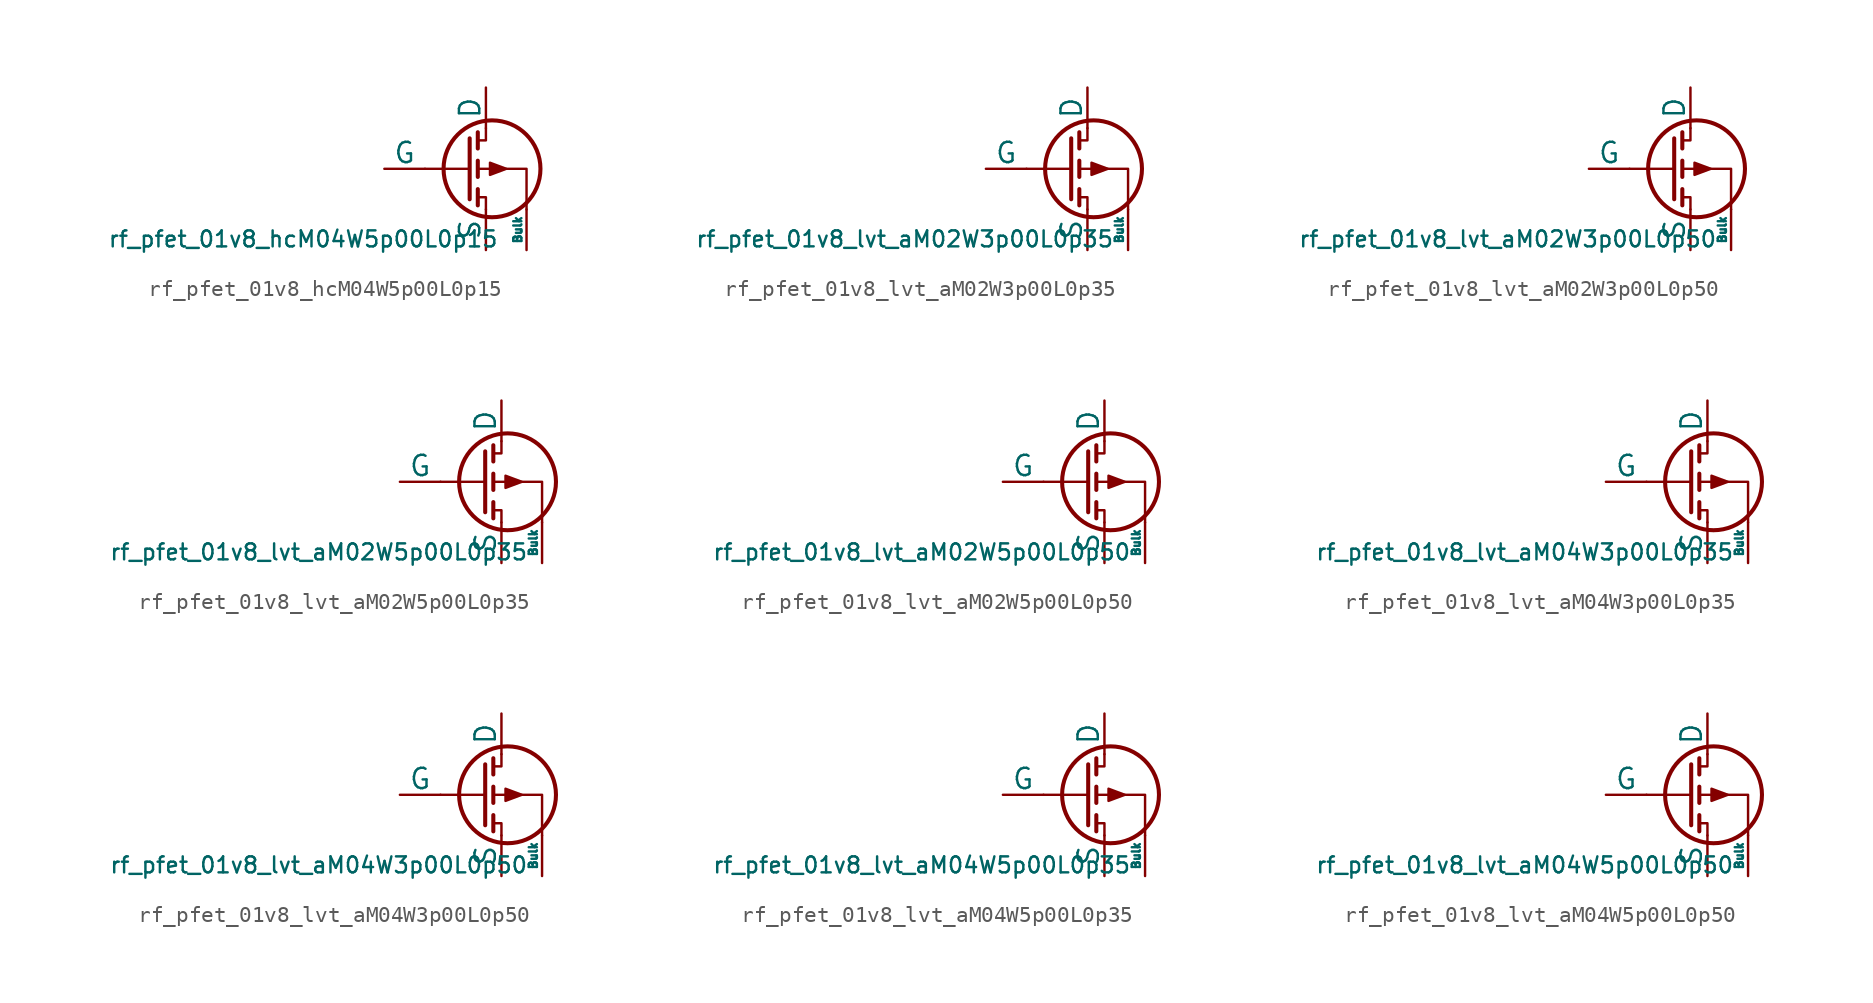
<source format=kicad_sym>
(kicad_symbol_lib
  (version 20211014)
  (generator pdk2kicad)
  (symbol "rf_pfet_01v8_hcM04W5p00L0p15"
    (pin_numbers hide)
    (pin_names
      (offset 0))
    (property "Reference" "Q"
      (at 0 0 0)
      (effects (font (size 1 1)) hide))
    (property "Value" "rf_pfet_01v8_hcM04W5p00L0p15"
      (at -8.89 -3.81 0)
      (effects (font (size 1 1)) (justify top)))
    (polyline
      (pts (xy 1.524 0) (xy -1.27 0))
      (stroke (width 0) (type default))
      (fill (type none)))
    (polyline
      (pts (xy 1.524 1.905) (xy 1.524 -1.905))
      (stroke (width 0.254) (type default))
      (fill (type none)))
    (polyline
      (pts (xy 2.032 -1.27) (xy 2.032 -2.286))
      (stroke (width 0.254) (type default))
      (fill (type none)))
    (polyline
      (pts (xy 2.032 0.508) (xy 2.032 -0.508))
      (stroke (width 0.254) (type default))
      (fill (type none)))
    (polyline
      (pts (xy 2.032 2.286) (xy 2.032 1.27))
      (stroke (width 0.254) (type default))
      (fill (type none)))
    (polyline
      (pts (xy 2.032 1.778) (xy 2.54 1.778) (xy 2.54 2.54))
      (stroke (width 0) (type default))
      (fill (type none)))
    (polyline
      (pts (xy 2.54 -2.54) (xy 2.54 -1.778) (xy 2.032 -1.778))
      (stroke (width 0) (type default))
      (fill (type none)))
    (polyline
      (pts (xy 5.08 -2.54) (xy 5.08 0) (xy 2.032 0))
      (stroke (width 0) (type default))
      (fill (type none)))
    (polyline
      (pts (xy 3.81 0) (xy 2.794 0.381) (xy 2.794 -0.381) (xy 3.81 0))
      (stroke (width 0) (type default))
      (fill (type outline)))
    (circle
      (center 2.921 0)
      (radius 3.029)
      (stroke (width 0.254) (type default))
      (fill (type none)))
    (pin passive line
      (at 2.54 5.08 270)
      (length 2.54)
      (name "D" (effects (font (size 1.27 1.27))))
      (number "2" (effects (font (size 1.27 1.27)))))
    (pin input line
      (at -3.81 0 0)
      (length 2.54)
      (name "G" (effects (font (size 1.27 1.27))))
      (number "3" (effects (font (size 1.27 1.27)))))
    (pin passive line
      (at 2.54 -5.08 90)
      (length 2.54)
      (name "S" (effects (font (size 1.27 1.27))))
      (number "4" (effects (font (size 1.27 1.27)))))
    (pin input line
      (at 5.08 -5.08 90)
      (length 2.54)
      (name "Bulk" (effects (font (size 0.508 0.508))))
      (number "1" (effects (font (size 1.27 1.27))))))
  (symbol "rf_pfet_01v8_lvt_aM02W3p00L0p35"
    (pin_numbers hide)
    (pin_names
      (offset 0))
    (property "Reference" "Q"
      (at 0 0 0)
      (effects (font (size 1 1)) hide))
    (property "Value" "rf_pfet_01v8_lvt_aM02W3p00L0p35"
      (at -8.89 -3.81 0)
      (effects (font (size 1 1)) (justify top)))
    (polyline
      (pts (xy 1.524 0) (xy -1.27 0))
      (stroke (width 0) (type default))
      (fill (type none)))
    (polyline
      (pts (xy 1.524 1.905) (xy 1.524 -1.905))
      (stroke (width 0.254) (type default))
      (fill (type none)))
    (polyline
      (pts (xy 2.032 -1.27) (xy 2.032 -2.286))
      (stroke (width 0.254) (type default))
      (fill (type none)))
    (polyline
      (pts (xy 2.032 0.508) (xy 2.032 -0.508))
      (stroke (width 0.254) (type default))
      (fill (type none)))
    (polyline
      (pts (xy 2.032 2.286) (xy 2.032 1.27))
      (stroke (width 0.254) (type default))
      (fill (type none)))
    (polyline
      (pts (xy 2.032 1.778) (xy 2.54 1.778) (xy 2.54 2.54))
      (stroke (width 0) (type default))
      (fill (type none)))
    (polyline
      (pts (xy 2.54 -2.54) (xy 2.54 -1.778) (xy 2.032 -1.778))
      (stroke (width 0) (type default))
      (fill (type none)))
    (polyline
      (pts (xy 5.08 -2.54) (xy 5.08 0) (xy 2.032 0))
      (stroke (width 0) (type default))
      (fill (type none)))
    (polyline
      (pts (xy 3.81 0) (xy 2.794 0.381) (xy 2.794 -0.381) (xy 3.81 0))
      (stroke (width 0) (type default))
      (fill (type outline)))
    (circle
      (center 2.921 0)
      (radius 3.029)
      (stroke (width 0.254) (type default))
      (fill (type none)))
    (pin passive line
      (at 2.54 5.08 270)
      (length 2.54)
      (name "D" (effects (font (size 1.27 1.27))))
      (number "2" (effects (font (size 1.27 1.27)))))
    (pin input line
      (at -3.81 0 0)
      (length 2.54)
      (name "G" (effects (font (size 1.27 1.27))))
      (number "3" (effects (font (size 1.27 1.27)))))
    (pin passive line
      (at 2.54 -5.08 90)
      (length 2.54)
      (name "S" (effects (font (size 1.27 1.27))))
      (number "4" (effects (font (size 1.27 1.27)))))
    (pin input line
      (at 5.08 -5.08 90)
      (length 2.54)
      (name "Bulk" (effects (font (size 0.508 0.508))))
      (number "1" (effects (font (size 1.27 1.27))))))
  (symbol "rf_pfet_01v8_lvt_aM02W3p00L0p50"
    (pin_numbers hide)
    (pin_names
      (offset 0))
    (property "Reference" "Q"
      (at 0 0 0)
      (effects (font (size 1 1)) hide))
    (property "Value" "rf_pfet_01v8_lvt_aM02W3p00L0p50"
      (at -8.89 -3.81 0)
      (effects (font (size 1 1)) (justify top)))
    (polyline
      (pts (xy 1.524 0) (xy -1.27 0))
      (stroke (width 0) (type default))
      (fill (type none)))
    (polyline
      (pts (xy 1.524 1.905) (xy 1.524 -1.905))
      (stroke (width 0.254) (type default))
      (fill (type none)))
    (polyline
      (pts (xy 2.032 -1.27) (xy 2.032 -2.286))
      (stroke (width 0.254) (type default))
      (fill (type none)))
    (polyline
      (pts (xy 2.032 0.508) (xy 2.032 -0.508))
      (stroke (width 0.254) (type default))
      (fill (type none)))
    (polyline
      (pts (xy 2.032 2.286) (xy 2.032 1.27))
      (stroke (width 0.254) (type default))
      (fill (type none)))
    (polyline
      (pts (xy 2.032 1.778) (xy 2.54 1.778) (xy 2.54 2.54))
      (stroke (width 0) (type default))
      (fill (type none)))
    (polyline
      (pts (xy 2.54 -2.54) (xy 2.54 -1.778) (xy 2.032 -1.778))
      (stroke (width 0) (type default))
      (fill (type none)))
    (polyline
      (pts (xy 5.08 -2.54) (xy 5.08 0) (xy 2.032 0))
      (stroke (width 0) (type default))
      (fill (type none)))
    (polyline
      (pts (xy 3.81 0) (xy 2.794 0.381) (xy 2.794 -0.381) (xy 3.81 0))
      (stroke (width 0) (type default))
      (fill (type outline)))
    (circle
      (center 2.921 0)
      (radius 3.029)
      (stroke (width 0.254) (type default))
      (fill (type none)))
    (pin passive line
      (at 2.54 5.08 270)
      (length 2.54)
      (name "D" (effects (font (size 1.27 1.27))))
      (number "2" (effects (font (size 1.27 1.27)))))
    (pin input line
      (at -3.81 0 0)
      (length 2.54)
      (name "G" (effects (font (size 1.27 1.27))))
      (number "3" (effects (font (size 1.27 1.27)))))
    (pin passive line
      (at 2.54 -5.08 90)
      (length 2.54)
      (name "S" (effects (font (size 1.27 1.27))))
      (number "4" (effects (font (size 1.27 1.27)))))
    (pin input line
      (at 5.08 -5.08 90)
      (length 2.54)
      (name "Bulk" (effects (font (size 0.508 0.508))))
      (number "1" (effects (font (size 1.27 1.27))))))
  (symbol "rf_pfet_01v8_lvt_aM02W5p00L0p35"
    (pin_numbers hide)
    (pin_names
      (offset 0))
    (property "Reference" "Q"
      (at 0 0 0)
      (effects (font (size 1 1)) hide))
    (property "Value" "rf_pfet_01v8_lvt_aM02W5p00L0p35"
      (at -8.89 -3.81 0)
      (effects (font (size 1 1)) (justify top)))
    (polyline
      (pts (xy 1.524 0) (xy -1.27 0))
      (stroke (width 0) (type default))
      (fill (type none)))
    (polyline
      (pts (xy 1.524 1.905) (xy 1.524 -1.905))
      (stroke (width 0.254) (type default))
      (fill (type none)))
    (polyline
      (pts (xy 2.032 -1.27) (xy 2.032 -2.286))
      (stroke (width 0.254) (type default))
      (fill (type none)))
    (polyline
      (pts (xy 2.032 0.508) (xy 2.032 -0.508))
      (stroke (width 0.254) (type default))
      (fill (type none)))
    (polyline
      (pts (xy 2.032 2.286) (xy 2.032 1.27))
      (stroke (width 0.254) (type default))
      (fill (type none)))
    (polyline
      (pts (xy 2.032 1.778) (xy 2.54 1.778) (xy 2.54 2.54))
      (stroke (width 0) (type default))
      (fill (type none)))
    (polyline
      (pts (xy 2.54 -2.54) (xy 2.54 -1.778) (xy 2.032 -1.778))
      (stroke (width 0) (type default))
      (fill (type none)))
    (polyline
      (pts (xy 5.08 -2.54) (xy 5.08 0) (xy 2.032 0))
      (stroke (width 0) (type default))
      (fill (type none)))
    (polyline
      (pts (xy 3.81 0) (xy 2.794 0.381) (xy 2.794 -0.381) (xy 3.81 0))
      (stroke (width 0) (type default))
      (fill (type outline)))
    (circle
      (center 2.921 0)
      (radius 3.029)
      (stroke (width 0.254) (type default))
      (fill (type none)))
    (pin passive line
      (at 2.54 5.08 270)
      (length 2.54)
      (name "D" (effects (font (size 1.27 1.27))))
      (number "2" (effects (font (size 1.27 1.27)))))
    (pin input line
      (at -3.81 0 0)
      (length 2.54)
      (name "G" (effects (font (size 1.27 1.27))))
      (number "3" (effects (font (size 1.27 1.27)))))
    (pin passive line
      (at 2.54 -5.08 90)
      (length 2.54)
      (name "S" (effects (font (size 1.27 1.27))))
      (number "4" (effects (font (size 1.27 1.27)))))
    (pin input line
      (at 5.08 -5.08 90)
      (length 2.54)
      (name "Bulk" (effects (font (size 0.508 0.508))))
      (number "1" (effects (font (size 1.27 1.27))))))
  (symbol "rf_pfet_01v8_lvt_aM02W5p00L0p50"
    (pin_numbers hide)
    (pin_names
      (offset 0))
    (property "Reference" "Q"
      (at 0 0 0)
      (effects (font (size 1 1)) hide))
    (property "Value" "rf_pfet_01v8_lvt_aM02W5p00L0p50"
      (at -8.89 -3.81 0)
      (effects (font (size 1 1)) (justify top)))
    (polyline
      (pts (xy 1.524 0) (xy -1.27 0))
      (stroke (width 0) (type default))
      (fill (type none)))
    (polyline
      (pts (xy 1.524 1.905) (xy 1.524 -1.905))
      (stroke (width 0.254) (type default))
      (fill (type none)))
    (polyline
      (pts (xy 2.032 -1.27) (xy 2.032 -2.286))
      (stroke (width 0.254) (type default))
      (fill (type none)))
    (polyline
      (pts (xy 2.032 0.508) (xy 2.032 -0.508))
      (stroke (width 0.254) (type default))
      (fill (type none)))
    (polyline
      (pts (xy 2.032 2.286) (xy 2.032 1.27))
      (stroke (width 0.254) (type default))
      (fill (type none)))
    (polyline
      (pts (xy 2.032 1.778) (xy 2.54 1.778) (xy 2.54 2.54))
      (stroke (width 0) (type default))
      (fill (type none)))
    (polyline
      (pts (xy 2.54 -2.54) (xy 2.54 -1.778) (xy 2.032 -1.778))
      (stroke (width 0) (type default))
      (fill (type none)))
    (polyline
      (pts (xy 5.08 -2.54) (xy 5.08 0) (xy 2.032 0))
      (stroke (width 0) (type default))
      (fill (type none)))
    (polyline
      (pts (xy 3.81 0) (xy 2.794 0.381) (xy 2.794 -0.381) (xy 3.81 0))
      (stroke (width 0) (type default))
      (fill (type outline)))
    (circle
      (center 2.921 0)
      (radius 3.029)
      (stroke (width 0.254) (type default))
      (fill (type none)))
    (pin passive line
      (at 2.54 5.08 270)
      (length 2.54)
      (name "D" (effects (font (size 1.27 1.27))))
      (number "2" (effects (font (size 1.27 1.27)))))
    (pin input line
      (at -3.81 0 0)
      (length 2.54)
      (name "G" (effects (font (size 1.27 1.27))))
      (number "3" (effects (font (size 1.27 1.27)))))
    (pin passive line
      (at 2.54 -5.08 90)
      (length 2.54)
      (name "S" (effects (font (size 1.27 1.27))))
      (number "4" (effects (font (size 1.27 1.27)))))
    (pin input line
      (at 5.08 -5.08 90)
      (length 2.54)
      (name "Bulk" (effects (font (size 0.508 0.508))))
      (number "1" (effects (font (size 1.27 1.27))))))
  (symbol "rf_pfet_01v8_lvt_aM04W3p00L0p35"
    (pin_numbers hide)
    (pin_names
      (offset 0))
    (property "Reference" "Q"
      (at 0 0 0)
      (effects (font (size 1 1)) hide))
    (property "Value" "rf_pfet_01v8_lvt_aM04W3p00L0p35"
      (at -8.89 -3.81 0)
      (effects (font (size 1 1)) (justify top)))
    (polyline
      (pts (xy 1.524 0) (xy -1.27 0))
      (stroke (width 0) (type default))
      (fill (type none)))
    (polyline
      (pts (xy 1.524 1.905) (xy 1.524 -1.905))
      (stroke (width 0.254) (type default))
      (fill (type none)))
    (polyline
      (pts (xy 2.032 -1.27) (xy 2.032 -2.286))
      (stroke (width 0.254) (type default))
      (fill (type none)))
    (polyline
      (pts (xy 2.032 0.508) (xy 2.032 -0.508))
      (stroke (width 0.254) (type default))
      (fill (type none)))
    (polyline
      (pts (xy 2.032 2.286) (xy 2.032 1.27))
      (stroke (width 0.254) (type default))
      (fill (type none)))
    (polyline
      (pts (xy 2.032 1.778) (xy 2.54 1.778) (xy 2.54 2.54))
      (stroke (width 0) (type default))
      (fill (type none)))
    (polyline
      (pts (xy 2.54 -2.54) (xy 2.54 -1.778) (xy 2.032 -1.778))
      (stroke (width 0) (type default))
      (fill (type none)))
    (polyline
      (pts (xy 5.08 -2.54) (xy 5.08 0) (xy 2.032 0))
      (stroke (width 0) (type default))
      (fill (type none)))
    (polyline
      (pts (xy 3.81 0) (xy 2.794 0.381) (xy 2.794 -0.381) (xy 3.81 0))
      (stroke (width 0) (type default))
      (fill (type outline)))
    (circle
      (center 2.921 0)
      (radius 3.029)
      (stroke (width 0.254) (type default))
      (fill (type none)))
    (pin passive line
      (at 2.54 5.08 270)
      (length 2.54)
      (name "D" (effects (font (size 1.27 1.27))))
      (number "2" (effects (font (size 1.27 1.27)))))
    (pin input line
      (at -3.81 0 0)
      (length 2.54)
      (name "G" (effects (font (size 1.27 1.27))))
      (number "3" (effects (font (size 1.27 1.27)))))
    (pin passive line
      (at 2.54 -5.08 90)
      (length 2.54)
      (name "S" (effects (font (size 1.27 1.27))))
      (number "4" (effects (font (size 1.27 1.27)))))
    (pin input line
      (at 5.08 -5.08 90)
      (length 2.54)
      (name "Bulk" (effects (font (size 0.508 0.508))))
      (number "1" (effects (font (size 1.27 1.27))))))
  (symbol "rf_pfet_01v8_lvt_aM04W3p00L0p50"
    (pin_numbers hide)
    (pin_names
      (offset 0))
    (property "Reference" "Q"
      (at 0 0 0)
      (effects (font (size 1 1)) hide))
    (property "Value" "rf_pfet_01v8_lvt_aM04W3p00L0p50"
      (at -8.89 -3.81 0)
      (effects (font (size 1 1)) (justify top)))
    (polyline
      (pts (xy 1.524 0) (xy -1.27 0))
      (stroke (width 0) (type default))
      (fill (type none)))
    (polyline
      (pts (xy 1.524 1.905) (xy 1.524 -1.905))
      (stroke (width 0.254) (type default))
      (fill (type none)))
    (polyline
      (pts (xy 2.032 -1.27) (xy 2.032 -2.286))
      (stroke (width 0.254) (type default))
      (fill (type none)))
    (polyline
      (pts (xy 2.032 0.508) (xy 2.032 -0.508))
      (stroke (width 0.254) (type default))
      (fill (type none)))
    (polyline
      (pts (xy 2.032 2.286) (xy 2.032 1.27))
      (stroke (width 0.254) (type default))
      (fill (type none)))
    (polyline
      (pts (xy 2.032 1.778) (xy 2.54 1.778) (xy 2.54 2.54))
      (stroke (width 0) (type default))
      (fill (type none)))
    (polyline
      (pts (xy 2.54 -2.54) (xy 2.54 -1.778) (xy 2.032 -1.778))
      (stroke (width 0) (type default))
      (fill (type none)))
    (polyline
      (pts (xy 5.08 -2.54) (xy 5.08 0) (xy 2.032 0))
      (stroke (width 0) (type default))
      (fill (type none)))
    (polyline
      (pts (xy 3.81 0) (xy 2.794 0.381) (xy 2.794 -0.381) (xy 3.81 0))
      (stroke (width 0) (type default))
      (fill (type outline)))
    (circle
      (center 2.921 0)
      (radius 3.029)
      (stroke (width 0.254) (type default))
      (fill (type none)))
    (pin passive line
      (at 2.54 5.08 270)
      (length 2.54)
      (name "D" (effects (font (size 1.27 1.27))))
      (number "2" (effects (font (size 1.27 1.27)))))
    (pin input line
      (at -3.81 0 0)
      (length 2.54)
      (name "G" (effects (font (size 1.27 1.27))))
      (number "3" (effects (font (size 1.27 1.27)))))
    (pin passive line
      (at 2.54 -5.08 90)
      (length 2.54)
      (name "S" (effects (font (size 1.27 1.27))))
      (number "4" (effects (font (size 1.27 1.27)))))
    (pin input line
      (at 5.08 -5.08 90)
      (length 2.54)
      (name "Bulk" (effects (font (size 0.508 0.508))))
      (number "1" (effects (font (size 1.27 1.27))))))
  (symbol "rf_pfet_01v8_lvt_aM04W5p00L0p35"
    (pin_numbers hide)
    (pin_names
      (offset 0))
    (property "Reference" "Q"
      (at 0 0 0)
      (effects (font (size 1 1)) hide))
    (property "Value" "rf_pfet_01v8_lvt_aM04W5p00L0p35"
      (at -8.89 -3.81 0)
      (effects (font (size 1 1)) (justify top)))
    (polyline
      (pts (xy 1.524 0) (xy -1.27 0))
      (stroke (width 0) (type default))
      (fill (type none)))
    (polyline
      (pts (xy 1.524 1.905) (xy 1.524 -1.905))
      (stroke (width 0.254) (type default))
      (fill (type none)))
    (polyline
      (pts (xy 2.032 -1.27) (xy 2.032 -2.286))
      (stroke (width 0.254) (type default))
      (fill (type none)))
    (polyline
      (pts (xy 2.032 0.508) (xy 2.032 -0.508))
      (stroke (width 0.254) (type default))
      (fill (type none)))
    (polyline
      (pts (xy 2.032 2.286) (xy 2.032 1.27))
      (stroke (width 0.254) (type default))
      (fill (type none)))
    (polyline
      (pts (xy 2.032 1.778) (xy 2.54 1.778) (xy 2.54 2.54))
      (stroke (width 0) (type default))
      (fill (type none)))
    (polyline
      (pts (xy 2.54 -2.54) (xy 2.54 -1.778) (xy 2.032 -1.778))
      (stroke (width 0) (type default))
      (fill (type none)))
    (polyline
      (pts (xy 5.08 -2.54) (xy 5.08 0) (xy 2.032 0))
      (stroke (width 0) (type default))
      (fill (type none)))
    (polyline
      (pts (xy 3.81 0) (xy 2.794 0.381) (xy 2.794 -0.381) (xy 3.81 0))
      (stroke (width 0) (type default))
      (fill (type outline)))
    (circle
      (center 2.921 0)
      (radius 3.029)
      (stroke (width 0.254) (type default))
      (fill (type none)))
    (pin passive line
      (at 2.54 5.08 270)
      (length 2.54)
      (name "D" (effects (font (size 1.27 1.27))))
      (number "2" (effects (font (size 1.27 1.27)))))
    (pin input line
      (at -3.81 0 0)
      (length 2.54)
      (name "G" (effects (font (size 1.27 1.27))))
      (number "3" (effects (font (size 1.27 1.27)))))
    (pin passive line
      (at 2.54 -5.08 90)
      (length 2.54)
      (name "S" (effects (font (size 1.27 1.27))))
      (number "4" (effects (font (size 1.27 1.27)))))
    (pin input line
      (at 5.08 -5.08 90)
      (length 2.54)
      (name "Bulk" (effects (font (size 0.508 0.508))))
      (number "1" (effects (font (size 1.27 1.27))))))
  (symbol "rf_pfet_01v8_lvt_aM04W5p00L0p50"
    (pin_numbers hide)
    (pin_names
      (offset 0))
    (property "Reference" "Q"
      (at 0 0 0)
      (effects (font (size 1 1)) hide))
    (property "Value" "rf_pfet_01v8_lvt_aM04W5p00L0p50"
      (at -8.89 -3.81 0)
      (effects (font (size 1 1)) (justify top)))
    (polyline
      (pts (xy 1.524 0) (xy -1.27 0))
      (stroke (width 0) (type default))
      (fill (type none)))
    (polyline
      (pts (xy 1.524 1.905) (xy 1.524 -1.905))
      (stroke (width 0.254) (type default))
      (fill (type none)))
    (polyline
      (pts (xy 2.032 -1.27) (xy 2.032 -2.286))
      (stroke (width 0.254) (type default))
      (fill (type none)))
    (polyline
      (pts (xy 2.032 0.508) (xy 2.032 -0.508))
      (stroke (width 0.254) (type default))
      (fill (type none)))
    (polyline
      (pts (xy 2.032 2.286) (xy 2.032 1.27))
      (stroke (width 0.254) (type default))
      (fill (type none)))
    (polyline
      (pts (xy 2.032 1.778) (xy 2.54 1.778) (xy 2.54 2.54))
      (stroke (width 0) (type default))
      (fill (type none)))
    (polyline
      (pts (xy 2.54 -2.54) (xy 2.54 -1.778) (xy 2.032 -1.778))
      (stroke (width 0) (type default))
      (fill (type none)))
    (polyline
      (pts (xy 5.08 -2.54) (xy 5.08 0) (xy 2.032 0))
      (stroke (width 0) (type default))
      (fill (type none)))
    (polyline
      (pts (xy 3.81 0) (xy 2.794 0.381) (xy 2.794 -0.381) (xy 3.81 0))
      (stroke (width 0) (type default))
      (fill (type outline)))
    (circle
      (center 2.921 0)
      (radius 3.029)
      (stroke (width 0.254) (type default))
      (fill (type none)))
    (pin passive line
      (at 2.54 5.08 270)
      (length 2.54)
      (name "D" (effects (font (size 1.27 1.27))))
      (number "2" (effects (font (size 1.27 1.27)))))
    (pin input line
      (at -3.81 0 0)
      (length 2.54)
      (name "G" (effects (font (size 1.27 1.27))))
      (number "3" (effects (font (size 1.27 1.27)))))
    (pin passive line
      (at 2.54 -5.08 90)
      (length 2.54)
      (name "S" (effects (font (size 1.27 1.27))))
      (number "4" (effects (font (size 1.27 1.27)))))
    (pin input line
      (at 5.08 -5.08 90)
      (length 2.54)
      (name "Bulk" (effects (font (size 0.508 0.508))))
      (number "1" (effects (font (size 1.27 1.27)))))))
</source>
